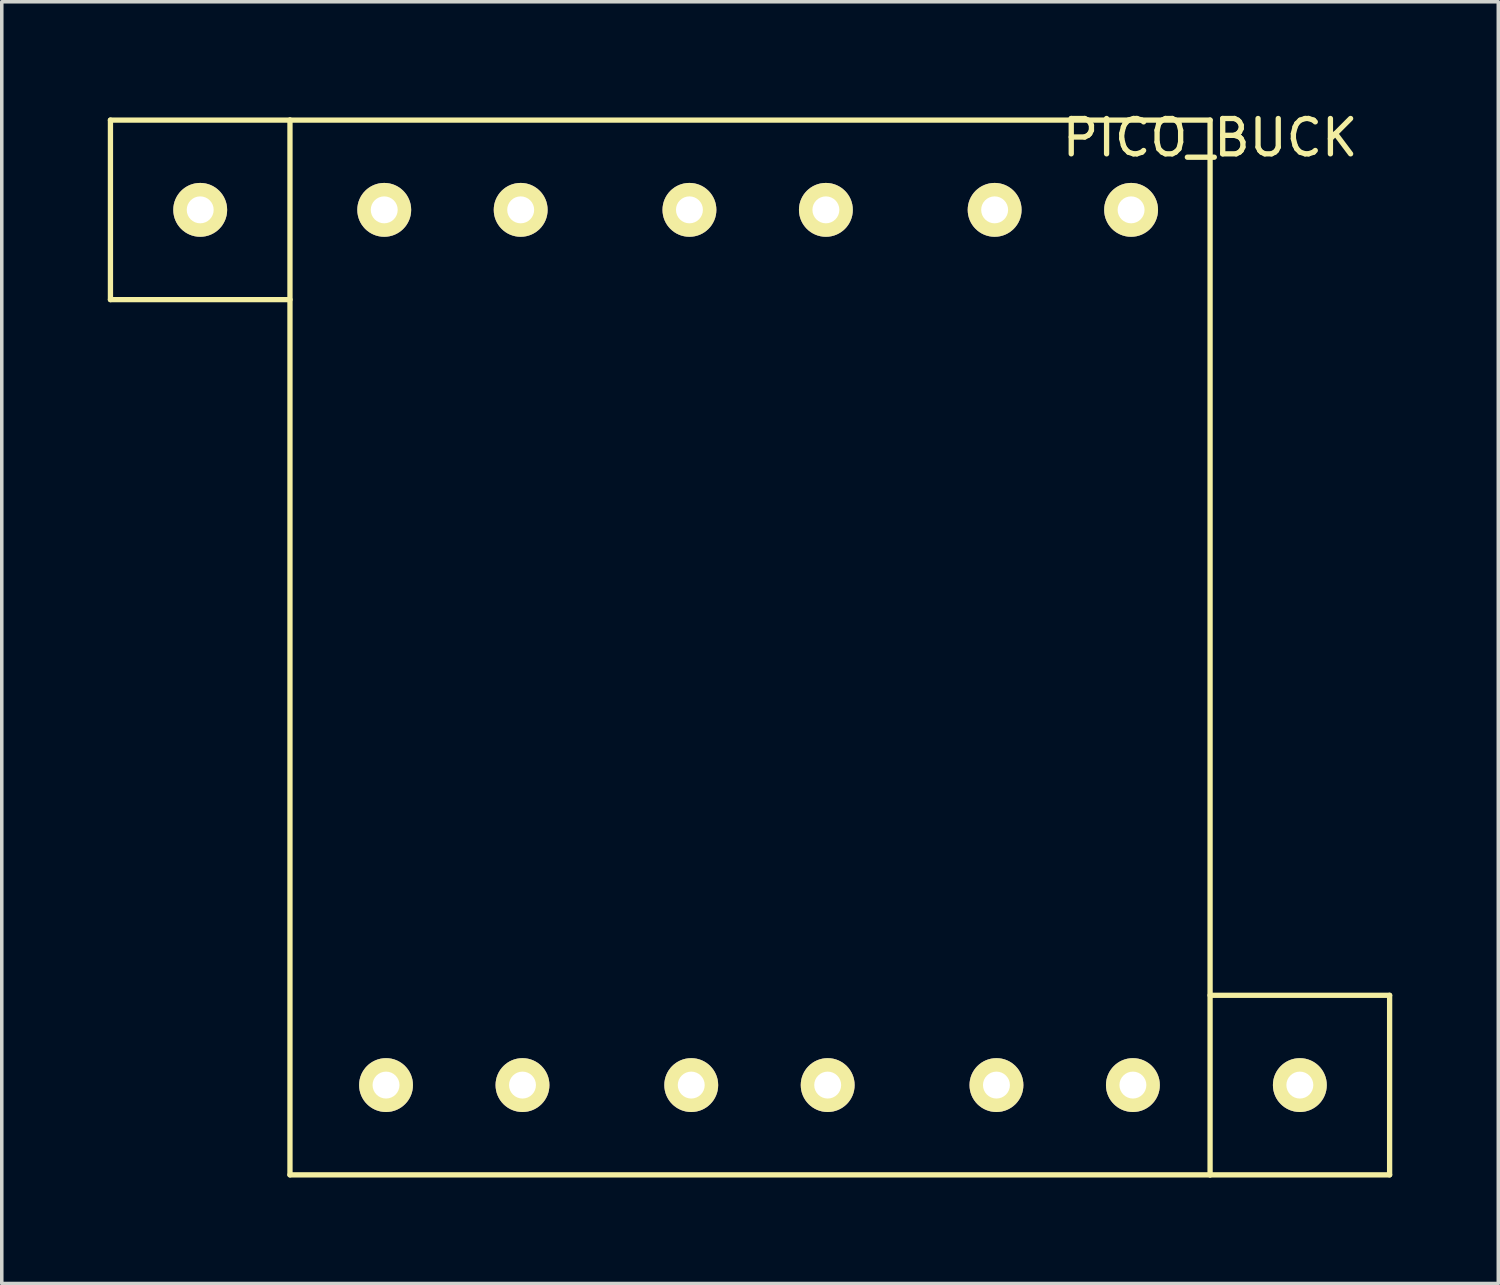
<source format=kicad_pcb>
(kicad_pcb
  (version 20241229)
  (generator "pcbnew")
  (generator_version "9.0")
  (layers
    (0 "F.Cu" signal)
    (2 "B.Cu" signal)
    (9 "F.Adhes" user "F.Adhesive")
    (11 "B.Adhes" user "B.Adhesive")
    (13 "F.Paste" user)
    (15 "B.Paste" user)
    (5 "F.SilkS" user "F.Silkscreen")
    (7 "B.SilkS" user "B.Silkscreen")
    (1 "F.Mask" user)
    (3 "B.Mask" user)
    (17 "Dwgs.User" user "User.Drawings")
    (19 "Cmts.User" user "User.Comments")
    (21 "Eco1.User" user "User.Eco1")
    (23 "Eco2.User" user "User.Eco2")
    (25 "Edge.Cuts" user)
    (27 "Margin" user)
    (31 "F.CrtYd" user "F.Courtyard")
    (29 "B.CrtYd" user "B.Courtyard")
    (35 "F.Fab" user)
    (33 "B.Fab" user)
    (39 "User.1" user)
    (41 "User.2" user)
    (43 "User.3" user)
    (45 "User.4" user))
  (footprint "PICO_BUCK"
    (layer "F.Cu")
    (at 5.155 0.348)
    (property "Reference" "PICO_BUCK" (at 26.035 0.5 0) (layer "F.SilkS") (effects (font (size 1 1) (thickness 0.15))))
    (attr through_hole)
    (fp_line (start -5.08 0) (end -5.08 5.08) (stroke (width 0.15) (type solid)) (layer "F.SilkS"))
    (fp_line (start 0 0) (end -5.08 0) (stroke (width 0.15) (type solid)) (layer "F.SilkS"))
    (fp_line (start 0 0) (end 26.035 0) (stroke (width 0.15) (type solid)) (layer "F.SilkS"))
    (fp_line (start 0 5.08) (end -5.08 5.08) (stroke (width 0.15) (type solid)) (layer "F.SilkS"))
    (fp_line (start 0 29.845) (end 0 0) (stroke (width 0.15) (type solid)) (layer "F.SilkS"))
    (fp_line (start 26.035 0) (end 26.035 29.845) (stroke (width 0.15) (type solid)) (layer "F.SilkS"))
    (fp_line (start 26.035 24.765) (end 31.115 24.765) (stroke (width 0.15) (type solid)) (layer "F.SilkS"))
    (fp_line (start 26.035 29.845) (end 0 29.845) (stroke (width 0.15) (type solid)) (layer "F.SilkS"))
    (fp_line (start 31.115 24.765) (end 31.115 29.845) (stroke (width 0.15) (type solid)) (layer "F.SilkS"))
    (fp_line (start 31.115 29.845) (end 26.035 29.845) (stroke (width 0.15) (type solid)) (layer "F.SilkS"))
    (pad "" np_thru_hole circle (at -2.54 2.54 180) (size 1.524 1.524) (drill 0.762) (layers "*.Cu" "*.Mask" "F.SilkS"))
    (pad "" np_thru_hole circle (at 28.575 27.305 180) (size 1.524 1.524) (drill 0.762) (layers "*.Cu" "*.Mask" "F.SilkS"))
    (pad "0" thru_hole circle (at 23.8 2.54 180) (size 1.524 1.524) (drill 0.762) (layers "*.Cu" "*.Mask" "F.SilkS"))
    (pad "1" thru_hole circle (at 19.939 2.54 180) (size 1.524 1.524) (drill 0.762) (layers "*.Cu" "*.Mask" "F.SilkS"))
    (pad "2" thru_hole circle (at 15.164 2.54 180) (size 1.524 1.524) (drill 0.762) (layers "*.Cu" "*.Mask" "F.SilkS"))
    (pad "3" thru_hole circle (at 11.303 2.54 180) (size 1.524 1.524) (drill 0.762) (layers "*.Cu" "*.Mask" "F.SilkS"))
    (pad "4" thru_hole circle (at 6.528 2.54 180) (size 1.524 1.524) (drill 0.762) (layers "*.Cu" "*.Mask" "F.SilkS"))
    (pad "5" thru_hole circle (at 2.667 2.54 180) (size 1.524 1.524) (drill 0.762) (layers "*.Cu" "*.Mask" "F.SilkS"))
    (pad "6" thru_hole circle (at 2.718 27.305 180) (size 1.524 1.524) (drill 0.762) (layers "*.Cu" "*.Mask" "F.SilkS"))
    (pad "7" thru_hole circle (at 6.579 27.305 180) (size 1.524 1.524) (drill 0.762) (layers "*.Cu" "*.Mask" "F.SilkS"))
    (pad "8" thru_hole circle (at 11.354 27.305 180) (size 1.524 1.524) (drill 0.762) (layers "*.Cu" "*.Mask" "F.SilkS"))
    (pad "9" thru_hole circle (at 15.215 27.305 180) (size 1.524 1.524) (drill 0.762) (layers "*.Cu" "*.Mask" "F.SilkS"))
    (pad "10" thru_hole circle (at 19.99 27.305 180) (size 1.524 1.524) (drill 0.762) (layers "*.Cu" "*.Mask" "F.SilkS"))
    (pad "11" thru_hole circle (at 23.851 27.305 180) (size 1.524 1.524) (drill 0.762) (layers "*.Cu" "*.Mask" "F.SilkS")))
  (gr_rect
    (start -3 -3)
    (end 39.345 33.268)
    (stroke (width 0.1) (type default))
    (fill no)
    (layer "Edge.Cuts")))
</source>
